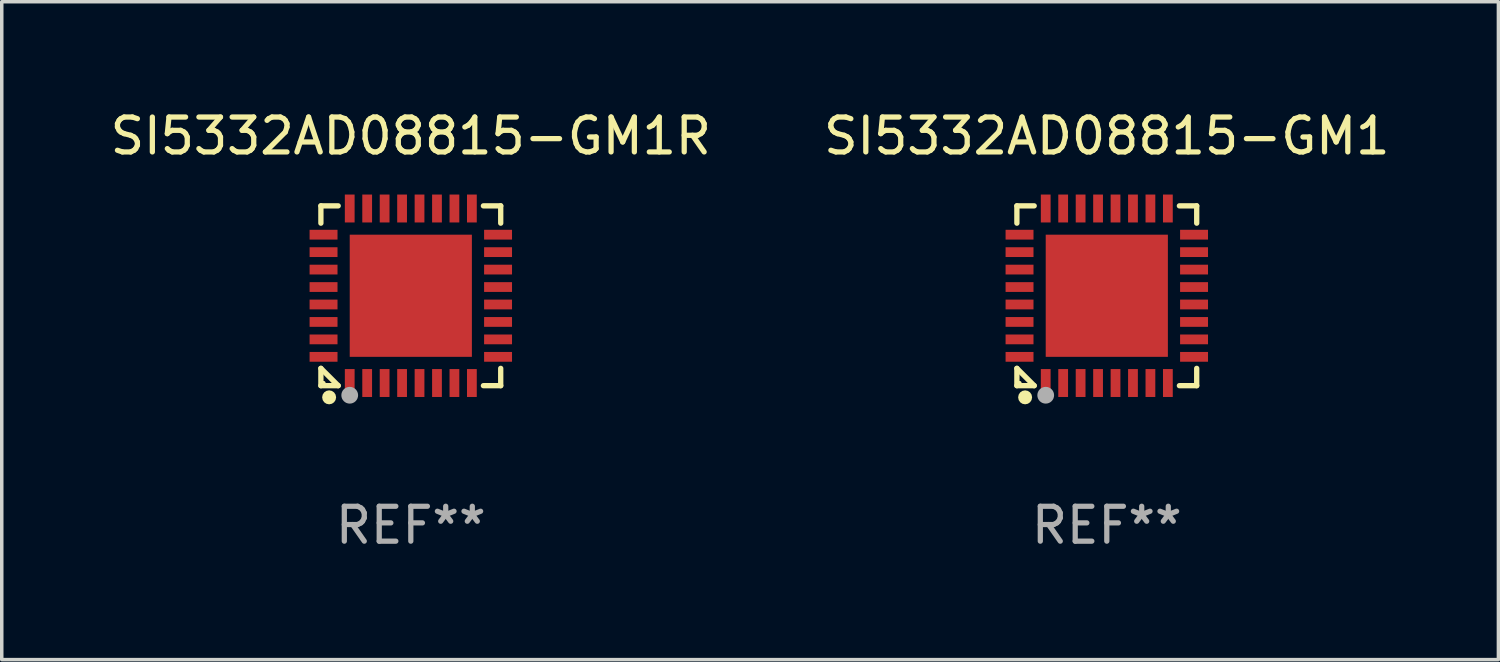
<source format=kicad_pcb>
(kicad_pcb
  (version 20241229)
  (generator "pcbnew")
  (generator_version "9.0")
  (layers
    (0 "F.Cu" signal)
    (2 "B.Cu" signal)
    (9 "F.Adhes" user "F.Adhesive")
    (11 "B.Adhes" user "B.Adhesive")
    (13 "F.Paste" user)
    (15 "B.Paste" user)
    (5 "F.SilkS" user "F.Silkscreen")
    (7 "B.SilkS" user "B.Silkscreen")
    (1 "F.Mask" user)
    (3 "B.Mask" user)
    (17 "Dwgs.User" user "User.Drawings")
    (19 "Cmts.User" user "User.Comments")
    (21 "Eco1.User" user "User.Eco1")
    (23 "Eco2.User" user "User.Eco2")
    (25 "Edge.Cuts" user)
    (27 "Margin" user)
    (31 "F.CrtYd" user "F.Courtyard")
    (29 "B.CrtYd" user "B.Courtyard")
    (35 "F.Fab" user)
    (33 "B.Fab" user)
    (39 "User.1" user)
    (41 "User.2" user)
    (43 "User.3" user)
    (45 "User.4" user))
  (footprint "SI5332AD08815-GM1R"
    (layer "F.Cu")
    (at 8.72 5.424)
    (property "Reference" "SI5332AD08815-GM1R" (at 0 -4.576 0) (layer "F.SilkS") (effects (font (size 1 1) (thickness 0.15))))
    (attr through_hole)
    (fp_line (start -2.576 -2.576) (end -2.08 -2.576) (stroke (width 0.152) (type solid)) (layer "F.SilkS"))
    (fp_line (start -2.576 -2.08) (end -2.576 -2.576) (stroke (width 0.152) (type solid)) (layer "F.SilkS"))
    (fp_line (start -2.576 2.08) (end -2.576 2.576) (stroke (width 0.152) (type solid)) (layer "F.SilkS"))
    (fp_line (start -2.576 2.08) (end -2.08 2.576) (stroke (width 0.152) (type solid)) (layer "F.SilkS"))
    (fp_line (start -2.576 2.576) (end -2.08 2.576) (stroke (width 0.152) (type solid)) (layer "F.SilkS"))
    (fp_line (start 2.576 -2.576) (end 2.08 -2.576) (stroke (width 0.152) (type solid)) (layer "F.SilkS"))
    (fp_line (start 2.576 -2.08) (end 2.576 -2.576) (stroke (width 0.152) (type solid)) (layer "F.SilkS"))
    (fp_line (start 2.576 2.08) (end 2.576 2.576) (stroke (width 0.152) (type solid)) (layer "F.SilkS"))
    (fp_line (start 2.576 2.576) (end 2.08 2.576) (stroke (width 0.152) (type solid)) (layer "F.SilkS"))
    (fp_circle (center -2.5 2.5) (end -2.47 2.5) (stroke (width 0.06) (type solid)) (fill no) (layer "F.SilkS"))
    (fp_circle (center -2.34 2.91) (end -2.24 2.91) (stroke (width 0.2) (type solid)) (fill no) (layer "F.SilkS"))
    (fp_circle (center -1.75 2.85) (end -1.63 2.85) (stroke (width 0.24) (type solid)) (fill no) (layer "F.Fab"))
    (fp_text user "REF**" (at 0 6.576 0) (layer "F.Fab") (effects (font (size 1 1) (thickness 0.15))))
    (pad "1" smd rect (at -1.75 2.5) (size 0.28 0.8) (layers "F.Cu" "F.Mask" "F.Paste"))
    (pad "2" smd rect (at -1.25 2.5) (size 0.28 0.8) (layers "F.Cu" "F.Mask" "F.Paste"))
    (pad "3" smd rect (at -0.75 2.5) (size 0.28 0.8) (layers "F.Cu" "F.Mask" "F.Paste"))
    (pad "4" smd rect (at -0.25 2.5) (size 0.28 0.8) (layers "F.Cu" "F.Mask" "F.Paste"))
    (pad "5" smd rect (at 0.25 2.5) (size 0.28 0.8) (layers "F.Cu" "F.Mask" "F.Paste"))
    (pad "6" smd rect (at 0.75 2.5) (size 0.28 0.8) (layers "F.Cu" "F.Mask" "F.Paste"))
    (pad "7" smd rect (at 1.25 2.5) (size 0.28 0.8) (layers "F.Cu" "F.Mask" "F.Paste"))
    (pad "8" smd rect (at 1.75 2.5) (size 0.28 0.8) (layers "F.Cu" "F.Mask" "F.Paste"))
    (pad "9" smd rect (at 2.5 1.75) (size 0.8 0.28) (layers "F.Cu" "F.Mask" "F.Paste"))
    (pad "10" smd rect (at 2.5 1.25) (size 0.8 0.28) (layers "F.Cu" "F.Mask" "F.Paste"))
    (pad "11" smd rect (at 2.5 0.75) (size 0.8 0.28) (layers "F.Cu" "F.Mask" "F.Paste"))
    (pad "12" smd rect (at 2.5 0.25) (size 0.8 0.28) (layers "F.Cu" "F.Mask" "F.Paste"))
    (pad "13" smd rect (at 2.5 -0.25) (size 0.8 0.28) (layers "F.Cu" "F.Mask" "F.Paste"))
    (pad "14" smd rect (at 2.5 -0.75) (size 0.8 0.28) (layers "F.Cu" "F.Mask" "F.Paste"))
    (pad "15" smd rect (at 2.5 -1.25) (size 0.8 0.28) (layers "F.Cu" "F.Mask" "F.Paste"))
    (pad "16" smd rect (at 2.5 -1.75) (size 0.8 0.28) (layers "F.Cu" "F.Mask" "F.Paste"))
    (pad "17" smd rect (at 1.75 -2.5) (size 0.28 0.8) (layers "F.Cu" "F.Mask" "F.Paste"))
    (pad "18" smd rect (at 1.25 -2.5) (size 0.28 0.8) (layers "F.Cu" "F.Mask" "F.Paste"))
    (pad "19" smd rect (at 0.75 -2.5) (size 0.28 0.8) (layers "F.Cu" "F.Mask" "F.Paste"))
    (pad "20" smd rect (at 0.25 -2.5) (size 0.28 0.8) (layers "F.Cu" "F.Mask" "F.Paste"))
    (pad "21" smd rect (at -0.25 -2.5) (size 0.28 0.8) (layers "F.Cu" "F.Mask" "F.Paste"))
    (pad "22" smd rect (at -0.75 -2.5) (size 0.28 0.8) (layers "F.Cu" "F.Mask" "F.Paste"))
    (pad "23" smd rect (at -1.25 -2.5) (size 0.28 0.8) (layers "F.Cu" "F.Mask" "F.Paste"))
    (pad "24" smd rect (at -1.75 -2.5) (size 0.28 0.8) (layers "F.Cu" "F.Mask" "F.Paste"))
    (pad "25" smd rect (at -2.5 -1.75) (size 0.8 0.28) (layers "F.Cu" "F.Mask" "F.Paste"))
    (pad "26" smd rect (at -2.5 -1.25) (size 0.8 0.28) (layers "F.Cu" "F.Mask" "F.Paste"))
    (pad "27" smd rect (at -2.5 -0.75) (size 0.8 0.28) (layers "F.Cu" "F.Mask" "F.Paste"))
    (pad "28" smd rect (at -2.5 -0.25) (size 0.8 0.28) (layers "F.Cu" "F.Mask" "F.Paste"))
    (pad "29" smd rect (at -2.5 0.25) (size 0.8 0.28) (layers "F.Cu" "F.Mask" "F.Paste"))
    (pad "30" smd rect (at -2.5 0.75) (size 0.8 0.28) (layers "F.Cu" "F.Mask" "F.Paste"))
    (pad "31" smd rect (at -2.5 1.25) (size 0.8 0.28) (layers "F.Cu" "F.Mask" "F.Paste"))
    (pad "32" smd rect (at -2.5 1.75) (size 0.8 0.28) (layers "F.Cu" "F.Mask" "F.Paste"))
    (pad "33" smd rect (at 0 0) (size 3.5 3.5) (layers "F.Cu" "F.Mask" "F.Paste")))
  (footprint "SI5332AD08815-GM1"
    (layer "F.Cu")
    (at 28.661 5.424)
    (property "Reference" "SI5332AD08815-GM1" (at 0 -4.576 0) (layer "F.SilkS") (effects (font (size 1 1) (thickness 0.15))))
    (attr through_hole)
    (fp_line (start -2.576 -2.576) (end -2.08 -2.576) (stroke (width 0.152) (type solid)) (layer "F.SilkS"))
    (fp_line (start -2.576 -2.08) (end -2.576 -2.576) (stroke (width 0.152) (type solid)) (layer "F.SilkS"))
    (fp_line (start -2.576 2.08) (end -2.576 2.576) (stroke (width 0.152) (type solid)) (layer "F.SilkS"))
    (fp_line (start -2.576 2.08) (end -2.08 2.576) (stroke (width 0.152) (type solid)) (layer "F.SilkS"))
    (fp_line (start -2.576 2.576) (end -2.08 2.576) (stroke (width 0.152) (type solid)) (layer "F.SilkS"))
    (fp_line (start 2.576 -2.576) (end 2.08 -2.576) (stroke (width 0.152) (type solid)) (layer "F.SilkS"))
    (fp_line (start 2.576 -2.08) (end 2.576 -2.576) (stroke (width 0.152) (type solid)) (layer "F.SilkS"))
    (fp_line (start 2.576 2.08) (end 2.576 2.576) (stroke (width 0.152) (type solid)) (layer "F.SilkS"))
    (fp_line (start 2.576 2.576) (end 2.08 2.576) (stroke (width 0.152) (type solid)) (layer "F.SilkS"))
    (fp_circle (center -2.5 2.5) (end -2.47 2.5) (stroke (width 0.06) (type solid)) (fill no) (layer "F.SilkS"))
    (fp_circle (center -2.34 2.91) (end -2.24 2.91) (stroke (width 0.2) (type solid)) (fill no) (layer "F.SilkS"))
    (fp_circle (center -1.75 2.85) (end -1.63 2.85) (stroke (width 0.24) (type solid)) (fill no) (layer "F.Fab"))
    (fp_text user "REF**" (at 0 6.576 0) (layer "F.Fab") (effects (font (size 1 1) (thickness 0.15))))
    (pad "1" smd rect (at -1.75 2.5) (size 0.28 0.8) (layers "F.Cu" "F.Mask" "F.Paste"))
    (pad "2" smd rect (at -1.25 2.5) (size 0.28 0.8) (layers "F.Cu" "F.Mask" "F.Paste"))
    (pad "3" smd rect (at -0.75 2.5) (size 0.28 0.8) (layers "F.Cu" "F.Mask" "F.Paste"))
    (pad "4" smd rect (at -0.25 2.5) (size 0.28 0.8) (layers "F.Cu" "F.Mask" "F.Paste"))
    (pad "5" smd rect (at 0.25 2.5) (size 0.28 0.8) (layers "F.Cu" "F.Mask" "F.Paste"))
    (pad "6" smd rect (at 0.75 2.5) (size 0.28 0.8) (layers "F.Cu" "F.Mask" "F.Paste"))
    (pad "7" smd rect (at 1.25 2.5) (size 0.28 0.8) (layers "F.Cu" "F.Mask" "F.Paste"))
    (pad "8" smd rect (at 1.75 2.5) (size 0.28 0.8) (layers "F.Cu" "F.Mask" "F.Paste"))
    (pad "9" smd rect (at 2.5 1.75) (size 0.8 0.28) (layers "F.Cu" "F.Mask" "F.Paste"))
    (pad "10" smd rect (at 2.5 1.25) (size 0.8 0.28) (layers "F.Cu" "F.Mask" "F.Paste"))
    (pad "11" smd rect (at 2.5 0.75) (size 0.8 0.28) (layers "F.Cu" "F.Mask" "F.Paste"))
    (pad "12" smd rect (at 2.5 0.25) (size 0.8 0.28) (layers "F.Cu" "F.Mask" "F.Paste"))
    (pad "13" smd rect (at 2.5 -0.25) (size 0.8 0.28) (layers "F.Cu" "F.Mask" "F.Paste"))
    (pad "14" smd rect (at 2.5 -0.75) (size 0.8 0.28) (layers "F.Cu" "F.Mask" "F.Paste"))
    (pad "15" smd rect (at 2.5 -1.25) (size 0.8 0.28) (layers "F.Cu" "F.Mask" "F.Paste"))
    (pad "16" smd rect (at 2.5 -1.75) (size 0.8 0.28) (layers "F.Cu" "F.Mask" "F.Paste"))
    (pad "17" smd rect (at 1.75 -2.5) (size 0.28 0.8) (layers "F.Cu" "F.Mask" "F.Paste"))
    (pad "18" smd rect (at 1.25 -2.5) (size 0.28 0.8) (layers "F.Cu" "F.Mask" "F.Paste"))
    (pad "19" smd rect (at 0.75 -2.5) (size 0.28 0.8) (layers "F.Cu" "F.Mask" "F.Paste"))
    (pad "20" smd rect (at 0.25 -2.5) (size 0.28 0.8) (layers "F.Cu" "F.Mask" "F.Paste"))
    (pad "21" smd rect (at -0.25 -2.5) (size 0.28 0.8) (layers "F.Cu" "F.Mask" "F.Paste"))
    (pad "22" smd rect (at -0.75 -2.5) (size 0.28 0.8) (layers "F.Cu" "F.Mask" "F.Paste"))
    (pad "23" smd rect (at -1.25 -2.5) (size 0.28 0.8) (layers "F.Cu" "F.Mask" "F.Paste"))
    (pad "24" smd rect (at -1.75 -2.5) (size 0.28 0.8) (layers "F.Cu" "F.Mask" "F.Paste"))
    (pad "25" smd rect (at -2.5 -1.75) (size 0.8 0.28) (layers "F.Cu" "F.Mask" "F.Paste"))
    (pad "26" smd rect (at -2.5 -1.25) (size 0.8 0.28) (layers "F.Cu" "F.Mask" "F.Paste"))
    (pad "27" smd rect (at -2.5 -0.75) (size 0.8 0.28) (layers "F.Cu" "F.Mask" "F.Paste"))
    (pad "28" smd rect (at -2.5 -0.25) (size 0.8 0.28) (layers "F.Cu" "F.Mask" "F.Paste"))
    (pad "29" smd rect (at -2.5 0.25) (size 0.8 0.28) (layers "F.Cu" "F.Mask" "F.Paste"))
    (pad "30" smd rect (at -2.5 0.75) (size 0.8 0.28) (layers "F.Cu" "F.Mask" "F.Paste"))
    (pad "31" smd rect (at -2.5 1.25) (size 0.8 0.28) (layers "F.Cu" "F.Mask" "F.Paste"))
    (pad "32" smd rect (at -2.5 1.75) (size 0.8 0.28) (layers "F.Cu" "F.Mask" "F.Paste"))
    (pad "33" smd rect (at 0 0) (size 3.5 3.5) (layers "F.Cu" "F.Mask" "F.Paste")))
  (gr_rect
    (start -3 -3)
    (end 39.881 15.849)
    (stroke (width 0.1) (type default))
    (fill no)
    (layer "Edge.Cuts")))
</source>
